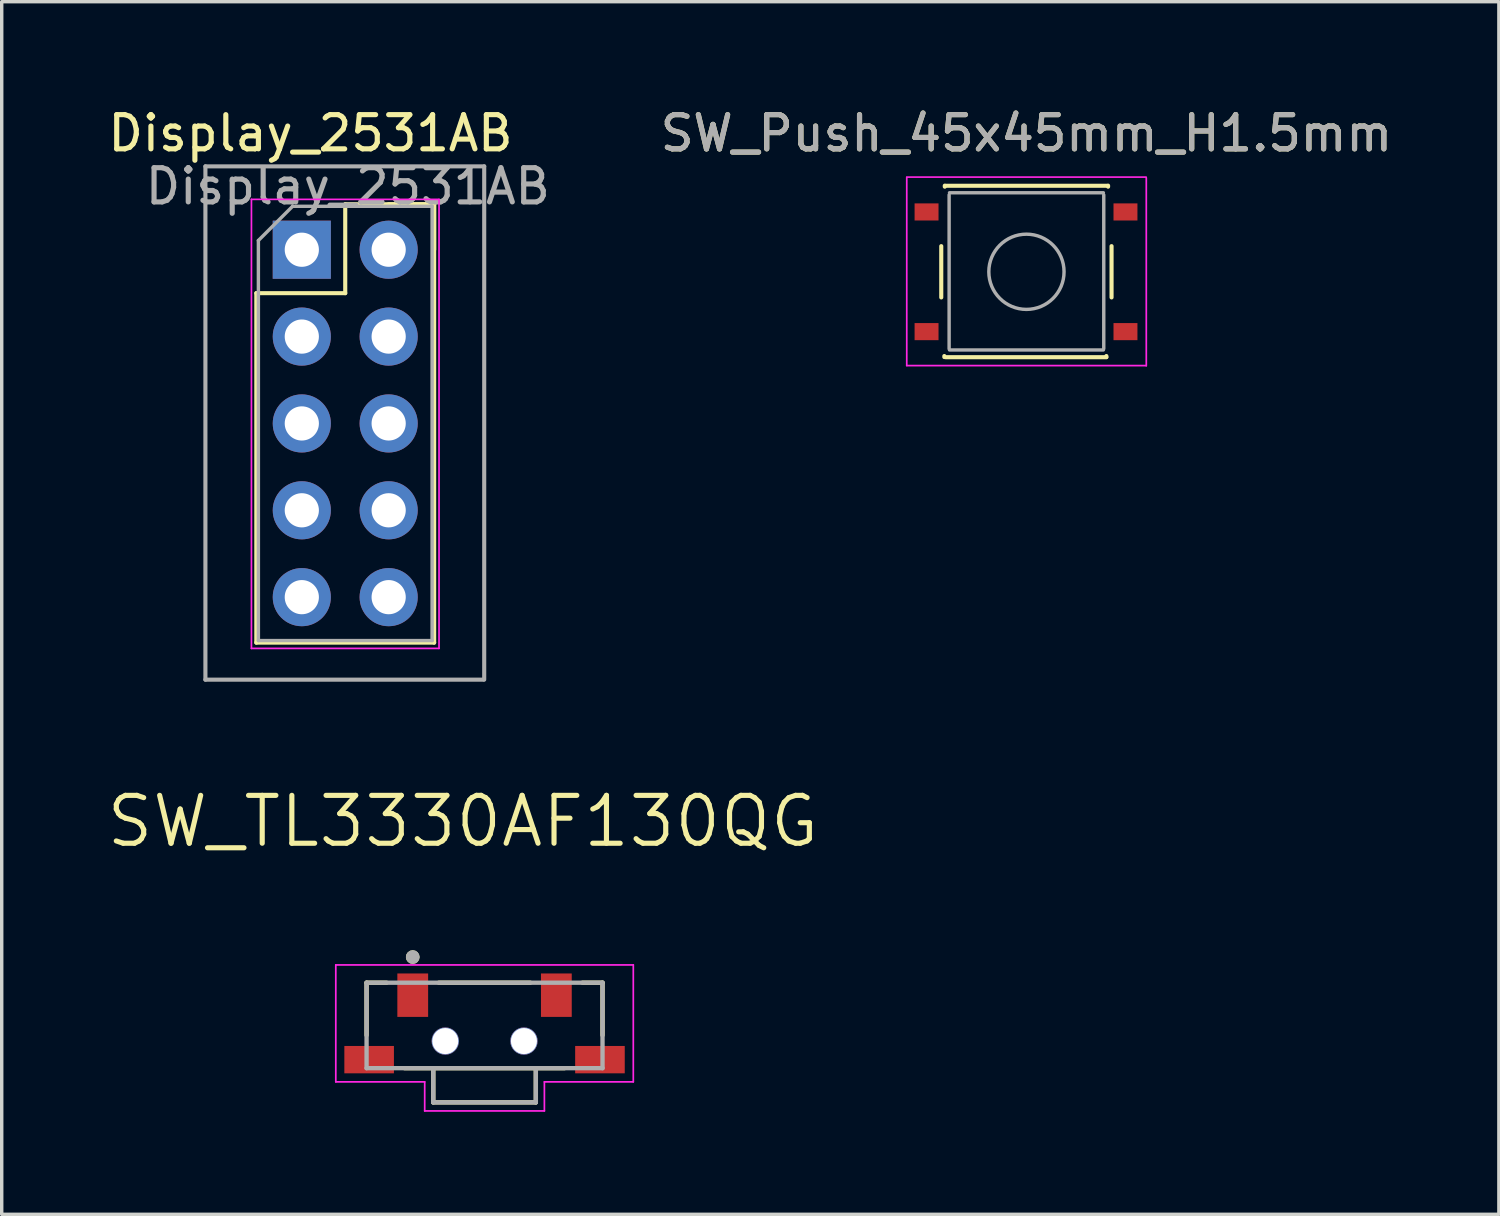
<source format=kicad_pcb>
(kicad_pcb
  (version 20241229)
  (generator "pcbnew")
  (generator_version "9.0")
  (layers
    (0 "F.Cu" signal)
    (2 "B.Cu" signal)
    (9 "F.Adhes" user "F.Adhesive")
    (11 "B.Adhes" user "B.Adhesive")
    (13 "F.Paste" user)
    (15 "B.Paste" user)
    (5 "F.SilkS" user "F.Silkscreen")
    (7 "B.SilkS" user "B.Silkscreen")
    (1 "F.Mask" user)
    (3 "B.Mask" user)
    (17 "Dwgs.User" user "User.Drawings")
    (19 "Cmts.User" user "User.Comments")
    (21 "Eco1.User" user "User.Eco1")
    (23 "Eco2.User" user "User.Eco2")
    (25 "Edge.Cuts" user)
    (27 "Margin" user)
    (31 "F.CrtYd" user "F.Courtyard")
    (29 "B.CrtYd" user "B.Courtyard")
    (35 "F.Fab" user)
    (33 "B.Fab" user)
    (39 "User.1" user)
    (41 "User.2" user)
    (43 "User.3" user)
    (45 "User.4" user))
  (footprint "Display_2531AB"
    (layer "F.Cu")
    (at 7.3 3.618)
    (property "Reference" "Display_2531AB" (at -1.27 -2.77 0) (layer "F.SilkS") (effects (font (size 1 1) (thickness 0.15))))
    (attr through_hole)
    (fp_line (start -2.854 1.905) (end -2.854 12.125) (stroke (width 0.12) (type solid)) (layer "F.SilkS"))
    (fp_line (start -0.254 -0.695) (end -0.254 1.905) (stroke (width 0.12) (type solid)) (layer "F.SilkS"))
    (fp_line (start -0.254 1.905) (end -2.854 1.905) (stroke (width 0.12) (type solid)) (layer "F.SilkS"))
    (fp_line (start 1.016 -0.695) (end 2.346 -0.695) (stroke (width 0.12) (type solid)) (layer "F.SilkS"))
    (fp_line (start 2.346 -0.695) (end -0.254 -0.695) (stroke (width 0.12) (type solid)) (layer "F.SilkS"))
    (fp_line (start 2.346 -0.695) (end 2.346 0.635) (stroke (width 0.12) (type solid)) (layer "F.SilkS"))
    (fp_line (start 2.346 -0.695) (end 2.346 12.125) (stroke (width 0.12) (type solid)) (layer "F.SilkS"))
    (fp_line (start 2.346 12.125) (end -2.854 12.125) (stroke (width 0.12) (type solid)) (layer "F.SilkS"))
    (fp_line (start -2.997 -0.838) (end 2.489 -0.838) (stroke (width 0.05) (type solid)) (layer "F.CrtYd"))
    (fp_line (start -2.997 12.294) (end -2.997 -0.838) (stroke (width 0.05) (type solid)) (layer "F.CrtYd"))
    (fp_line (start 2.489 -0.838) (end 2.489 12.294) (stroke (width 0.05) (type solid)) (layer "F.CrtYd"))
    (fp_line (start 2.489 12.294) (end -2.997 12.294) (stroke (width 0.05) (type solid)) (layer "F.CrtYd"))
    (fp_line (start -4.343 -1.803) (end -4.343 13.208) (stroke (width 0.12) (type solid)) (layer "F.Fab"))
    (fp_line (start -4.343 13.208) (end 3.785 13.208) (stroke (width 0.12) (type solid)) (layer "F.Fab"))
    (fp_line (start -2.794 0.365) (end -2.794 12.065) (stroke (width 0.1) (type solid)) (layer "F.Fab"))
    (fp_line (start -2.794 12.065) (end 2.286 12.065) (stroke (width 0.1) (type solid)) (layer "F.Fab"))
    (fp_line (start -1.794 -0.635) (end -2.794 0.365) (stroke (width 0.1) (type solid)) (layer "F.Fab"))
    (fp_line (start 2.286 -0.635) (end -1.794 -0.635) (stroke (width 0.1) (type solid)) (layer "F.Fab"))
    (fp_line (start 2.286 12.065) (end 2.286 -0.635) (stroke (width 0.1) (type solid)) (layer "F.Fab"))
    (fp_line (start 3.81 -1.803) (end -4.343 -1.803) (stroke (width 0.12) (type solid)) (layer "F.Fab"))
    (fp_line (start 3.81 13.208) (end 3.81 -1.803) (stroke (width 0.12) (type solid)) (layer "F.Fab"))
    (fp_text user "${REFERENCE}" (at -0.178 -1.219 180) (layer "F.Fab") (effects (font (size 1 1) (thickness 0.15))))
    (pad "1" thru_hole rect (at -1.524 0.635) (size 1.7 1.7) (drill 1) (layers "*.Cu" "*.Mask"))
    (pad "2" thru_hole oval (at -1.524 3.175) (size 1.7 1.7) (drill 1) (layers "*.Cu" "*.Mask"))
    (pad "3" thru_hole oval (at -1.524 5.715) (size 1.7 1.7) (drill 1) (layers "*.Cu" "*.Mask"))
    (pad "4" thru_hole oval (at -1.524 8.255) (size 1.7 1.7) (drill 1) (layers "*.Cu" "*.Mask"))
    (pad "5" thru_hole oval (at -1.524 10.795) (size 1.7 1.7) (drill 1) (layers "*.Cu" "*.Mask"))
    (pad "6" thru_hole oval (at 1.016 10.795) (size 1.7 1.7) (drill 1) (layers "*.Cu" "*.Mask"))
    (pad "7" thru_hole oval (at 1.016 8.255) (size 1.7 1.7) (drill 1) (layers "*.Cu" "*.Mask"))
    (pad "8" thru_hole oval (at 1.016 5.715) (size 1.7 1.7) (drill 1) (layers "*.Cu" "*.Mask"))
    (pad "9" thru_hole oval (at 1.016 3.175) (size 1.7 1.7) (drill 1) (layers "*.Cu" "*.Mask"))
    (pad "10" thru_hole oval (at 1.016 0.635) (size 1.7 1.7) (drill 1) (layers "*.Cu" "*.Mask")))
  (footprint "SW_Push_45x45mm_H1.5mm"
    (layer "F.Cu")
    (at 26.967 4.898)
    (property "Reference" "SW_Push_45x45mm_H1.5mm" (at 0 -4.05 0) (layer "F.SilkS") (effects (font (size 1 1) (thickness 0.15))))
    (attr smd)
    (fp_line (start -2.491 -0.75) (end -2.491 0.75) (stroke (width 0.12) (type solid)) (layer "F.SilkS"))
    (fp_line (start -2.401 2.494) (end -2.401 2.464) (stroke (width 0.12) (type solid)) (layer "F.SilkS"))
    (fp_line (start -2.388 -2.489) (end -2.388 -2.519) (stroke (width 0.12) (type solid)) (layer "F.SilkS"))
    (fp_line (start -2.363 2.498) (end 2.337 2.498) (stroke (width 0.12) (type solid)) (layer "F.SilkS"))
    (fp_line (start -2.35 -2.515) (end 2.35 -2.515) (stroke (width 0.12) (type solid)) (layer "F.SilkS"))
    (fp_line (start 2.337 2.494) (end 2.337 2.464) (stroke (width 0.12) (type solid)) (layer "F.SilkS"))
    (fp_line (start 2.388 -2.519) (end 2.388 -2.489) (stroke (width 0.12) (type solid)) (layer "F.SilkS"))
    (fp_line (start 2.489 -0.75) (end 2.489 0.75) (stroke (width 0.12) (type solid)) (layer "F.SilkS"))
    (fp_line (start -3.5 -2.769) (end 3.5 -2.769) (stroke (width 0.05) (type solid)) (layer "F.CrtYd"))
    (fp_line (start -3.5 -2.757) (end -3.5 2.743) (stroke (width 0.05) (type solid)) (layer "F.CrtYd"))
    (fp_line (start -3.5 2.743) (end 3.5 2.743) (stroke (width 0.05) (type solid)) (layer "F.CrtYd"))
    (fp_line (start 3.505 2.75) (end 3.505 -2.75) (stroke (width 0.05) (type solid)) (layer "F.CrtYd"))
    (fp_line (start -2.261 -2.25) (end -2.261 2.25) (stroke (width 0.1) (type solid)) (layer "F.Fab"))
    (fp_line (start -2.25 2.286) (end 2.25 2.286) (stroke (width 0.1) (type solid)) (layer "F.Fab"))
    (fp_line (start 2.25 -2.311) (end -2.25 -2.311) (stroke (width 0.1) (type solid)) (layer "F.Fab"))
    (fp_line (start 2.261 2.25) (end 2.261 -2.25) (stroke (width 0.1) (type solid)) (layer "F.Fab"))
    (fp_circle (center 0 0) (end 1.1 0) (stroke (width 0.1) (type solid)) (fill no) (layer "F.Fab"))
    (fp_text user "${REFERENCE}" (at 0 -4.05 0) (layer "F.Fab") (effects (font (size 1 1) (thickness 0.15))))
    (pad "1" smd rect (at -2.921 -1.75) (size 0.7 0.5) (layers "F.Cu" "F.Mask" "F.Paste"))
    (pad "2" smd rect (at 2.896 -1.75) (size 0.7 0.5) (layers "F.Cu" "F.Mask" "F.Paste"))
    (pad "3" smd rect (at 2.896 1.75) (size 0.7 0.5) (layers "F.Cu" "F.Mask" "F.Paste"))
    (pad "4" smd rect (at -2.921 1.75) (size 0.7 0.5) (layers "F.Cu" "F.Mask" "F.Paste")))
  (footprint "SW_TL3330AF130QG"
    (layer "F.Cu")
    (at 11.12 26.938)
    (property "Reference" "SW_TL3330AF130QG" (at -0.635 -5.969 0) (layer "F.SilkS") (effects (font (size 1.4 1.4) (thickness 0.15))))
    (attr through_hole)
    (fp_line (start -3.45 -1.25) (end -3.45 0.286) (stroke (width 0.127) (type solid)) (layer "F.SilkS"))
    (fp_line (start -2.864 -1.25) (end -3.45 -1.25) (stroke (width 0.127) (type solid)) (layer "F.SilkS"))
    (fp_line (start -2.337 1.25) (end -1.5 1.25) (stroke (width 0.127) (type solid)) (layer "F.SilkS"))
    (fp_line (start -1.5 1.25) (end -1.5 2.25) (stroke (width 0.127) (type solid)) (layer "F.SilkS"))
    (fp_line (start -1.5 1.25) (end 1.5 1.25) (stroke (width 0.127) (type solid)) (layer "F.SilkS"))
    (fp_line (start -1.5 2.25) (end 1.5 2.25) (stroke (width 0.127) (type solid)) (layer "F.SilkS"))
    (fp_line (start -1.337 -1.25) (end 1.337 -1.25) (stroke (width 0.127) (type solid)) (layer "F.SilkS"))
    (fp_line (start 1.5 1.25) (end 2.337 1.25) (stroke (width 0.127) (type solid)) (layer "F.SilkS"))
    (fp_line (start 1.5 2.25) (end 1.5 1.25) (stroke (width 0.127) (type solid)) (layer "F.SilkS"))
    (fp_line (start 2.864 -1.25) (end 3.45 -1.25) (stroke (width 0.127) (type solid)) (layer "F.SilkS"))
    (fp_line (start 3.45 -1.25) (end 3.45 0.286) (stroke (width 0.127) (type solid)) (layer "F.SilkS"))
    (fp_circle (center -2.1 -2) (end -2 -2) (stroke (width 0.2) (type solid)) (fill no) (layer "F.SilkS"))
    (fp_line (start -4.35 -1.77) (end 4.35 -1.77) (stroke (width 0.05) (type solid)) (layer "F.CrtYd"))
    (fp_line (start -4.35 1.65) (end -4.35 -1.77) (stroke (width 0.05) (type solid)) (layer "F.CrtYd"))
    (fp_line (start -1.75 1.65) (end -4.35 1.65) (stroke (width 0.05) (type solid)) (layer "F.CrtYd"))
    (fp_line (start -1.75 2.5) (end -1.75 1.65) (stroke (width 0.05) (type solid)) (layer "F.CrtYd"))
    (fp_line (start 1.75 1.65) (end 1.75 2.5) (stroke (width 0.05) (type solid)) (layer "F.CrtYd"))
    (fp_line (start 1.75 2.5) (end -1.75 2.5) (stroke (width 0.05) (type solid)) (layer "F.CrtYd"))
    (fp_line (start 4.35 -1.77) (end 4.35 1.65) (stroke (width 0.05) (type solid)) (layer "F.CrtYd"))
    (fp_line (start 4.35 1.65) (end 1.75 1.65) (stroke (width 0.05) (type solid)) (layer "F.CrtYd"))
    (fp_line (start -3.45 -1.25) (end 3.45 -1.25) (stroke (width 0.127) (type solid)) (layer "F.Fab"))
    (fp_line (start -3.45 1.25) (end -3.45 -1.25) (stroke (width 0.127) (type solid)) (layer "F.Fab"))
    (fp_line (start -3.45 1.25) (end -1.5 1.25) (stroke (width 0.127) (type solid)) (layer "F.Fab"))
    (fp_line (start -1.5 1.25) (end -1.5 2.25) (stroke (width 0.127) (type solid)) (layer "F.Fab"))
    (fp_line (start -1.5 1.25) (end 1.5 1.25) (stroke (width 0.127) (type solid)) (layer "F.Fab"))
    (fp_line (start -1.5 2.25) (end 1.5 2.25) (stroke (width 0.127) (type solid)) (layer "F.Fab"))
    (fp_line (start 1.5 1.25) (end 3.45 1.25) (stroke (width 0.127) (type solid)) (layer "F.Fab"))
    (fp_line (start 1.5 2.25) (end 1.5 1.25) (stroke (width 0.127) (type solid)) (layer "F.Fab"))
    (fp_line (start 3.45 -1.25) (end 3.45 1.25) (stroke (width 0.127) (type solid)) (layer "F.Fab"))
    (fp_circle (center -2.1 -2) (end -2 -2) (stroke (width 0.2) (type solid)) (fill no) (layer "F.Fab"))
    (pad "" np_thru_hole circle (at -1.148 0.457) (size 0.8 0.8) (drill 0.762) (layers "*.Cu" "*.Mask"))
    (pad "" np_thru_hole circle (at 1.152 0.457) (size 0.8 0.8) (drill 0.762) (layers "*.Cu" "*.Mask"))
    (pad "1" smd rect (at -2.1 -0.885) (size 0.9 1.27) (layers "F.Cu" "F.Mask" "F.Paste"))
    (pad "3" smd rect (at 2.1 -0.885) (size 0.9 1.27) (layers "F.Cu" "F.Mask" "F.Paste"))
    (pad "S1" smd rect (at -3.375 1) (size 1.45 0.8) (layers "F.Cu" "F.Mask" "F.Paste"))
    (pad "S2" smd rect (at 3.375 1) (size 1.45 0.8) (layers "F.Cu" "F.Mask" "F.Paste")))
  (gr_rect
    (start -3 -3)
    (end 40.783 32.462)
    (stroke (width 0.1) (type default))
    (fill no)
    (layer "Edge.Cuts")))
</source>
